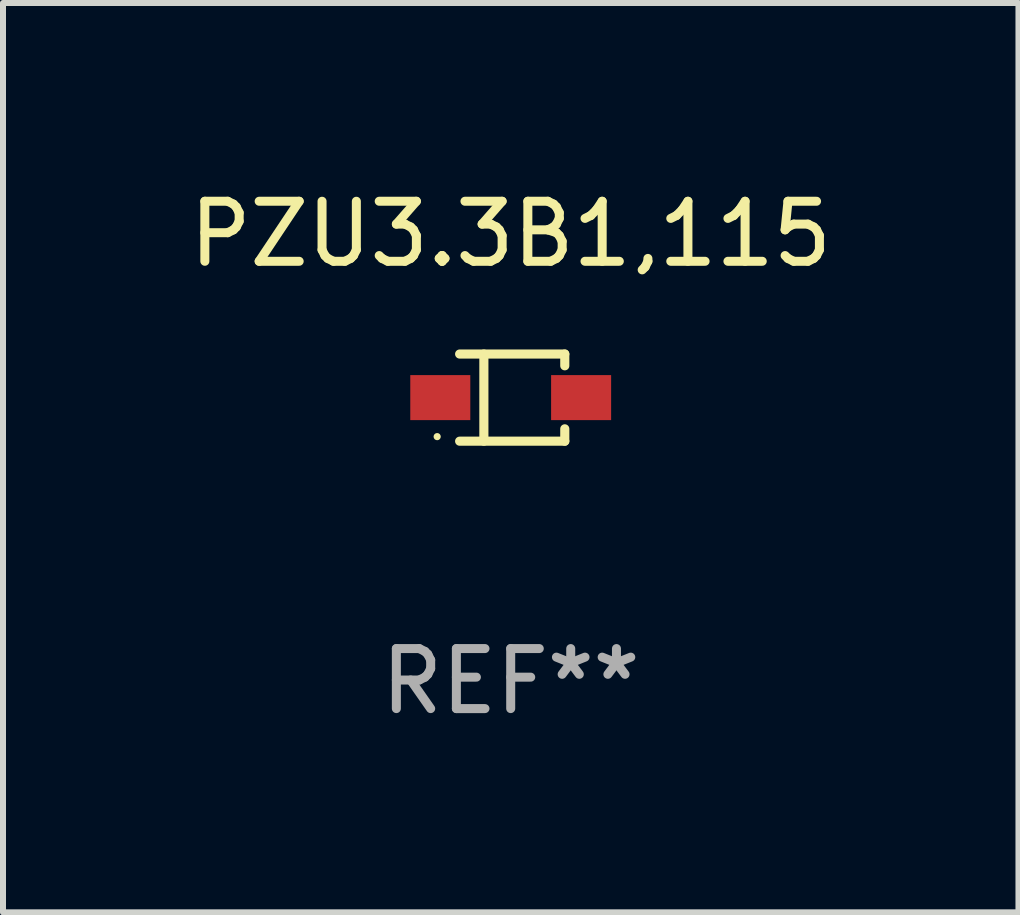
<source format=kicad_pcb>
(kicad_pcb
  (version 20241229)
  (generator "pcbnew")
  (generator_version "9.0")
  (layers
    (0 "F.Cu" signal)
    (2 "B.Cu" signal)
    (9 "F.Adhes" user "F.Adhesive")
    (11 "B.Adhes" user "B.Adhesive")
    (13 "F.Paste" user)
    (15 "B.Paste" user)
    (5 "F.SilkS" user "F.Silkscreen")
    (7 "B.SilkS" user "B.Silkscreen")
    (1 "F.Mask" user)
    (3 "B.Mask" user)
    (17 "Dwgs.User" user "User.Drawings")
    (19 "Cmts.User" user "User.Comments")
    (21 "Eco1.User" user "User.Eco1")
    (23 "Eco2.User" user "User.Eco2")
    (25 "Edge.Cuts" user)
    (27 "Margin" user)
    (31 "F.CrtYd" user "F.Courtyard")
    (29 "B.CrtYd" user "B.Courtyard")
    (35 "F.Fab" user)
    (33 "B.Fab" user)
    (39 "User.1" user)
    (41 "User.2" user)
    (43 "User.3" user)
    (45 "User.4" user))
  (footprint "PZU3.3B1,115"
    (layer "F.Cu")
    (at 5.458 3.574)
    (property "Reference" "PZU3.3B1,115" (at 0 -2.726 0) (layer "F.SilkS") (effects (font (size 1 1) (thickness 0.15))))
    (attr through_hole)
    (fp_line (start -0.851 -0.726) (end 0.901 -0.726) (stroke (width 0.152) (type solid)) (layer "F.SilkS"))
    (fp_line (start -0.851 0.726) (end 0.901 0.726) (stroke (width 0.152) (type solid)) (layer "F.SilkS"))
    (fp_line (start -0.447 -0.726) (end -0.447 0.726) (stroke (width 0.152) (type solid)) (layer "F.SilkS"))
    (fp_line (start 0.901 -0.726) (end 0.901 -0.53) (stroke (width 0.152) (type solid)) (layer "F.SilkS"))
    (fp_line (start 0.901 0.726) (end 0.901 0.52) (stroke (width 0.152) (type solid)) (layer "F.SilkS"))
    (fp_circle (center -1.225 0.65) (end -1.195 0.65) (stroke (width 0.06) (type solid)) (fill no) (layer "F.SilkS"))
    (fp_text user "REF**" (at 0 4.726 0) (layer "F.Fab") (effects (font (size 1 1) (thickness 0.15))))
    (pad "1" smd rect (at -1.173 0) (size 1 0.75) (layers "F.Cu" "F.Mask" "F.Paste"))
    (pad "2" smd rect (at 1.173 0) (size 1 0.75) (layers "F.Cu" "F.Mask" "F.Paste")))
  (gr_rect
    (start -3 -3)
    (end 13.917 12.149)
    (stroke (width 0.1) (type default))
    (fill no)
    (layer "Edge.Cuts")))
</source>
